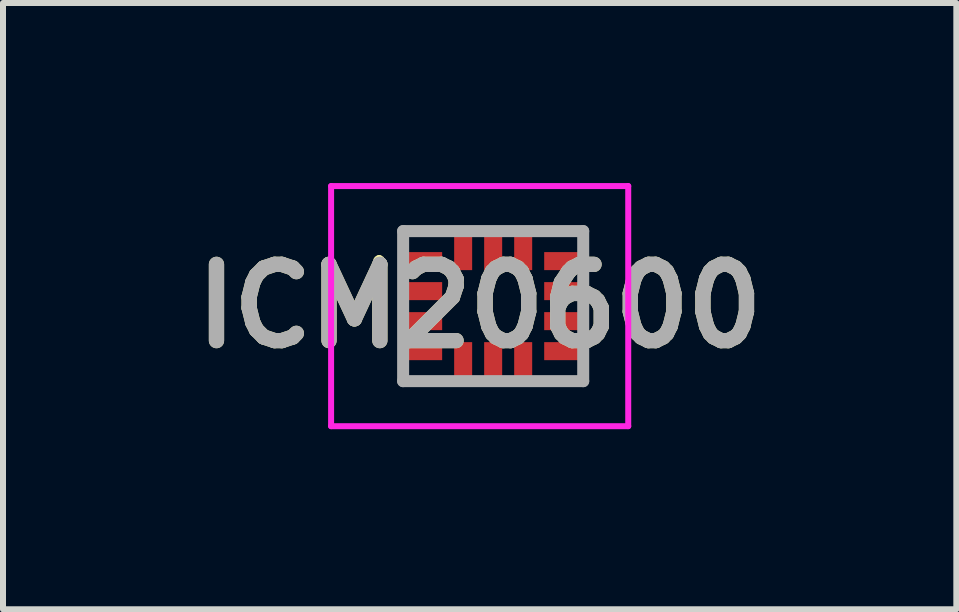
<source format=kicad_pcb>
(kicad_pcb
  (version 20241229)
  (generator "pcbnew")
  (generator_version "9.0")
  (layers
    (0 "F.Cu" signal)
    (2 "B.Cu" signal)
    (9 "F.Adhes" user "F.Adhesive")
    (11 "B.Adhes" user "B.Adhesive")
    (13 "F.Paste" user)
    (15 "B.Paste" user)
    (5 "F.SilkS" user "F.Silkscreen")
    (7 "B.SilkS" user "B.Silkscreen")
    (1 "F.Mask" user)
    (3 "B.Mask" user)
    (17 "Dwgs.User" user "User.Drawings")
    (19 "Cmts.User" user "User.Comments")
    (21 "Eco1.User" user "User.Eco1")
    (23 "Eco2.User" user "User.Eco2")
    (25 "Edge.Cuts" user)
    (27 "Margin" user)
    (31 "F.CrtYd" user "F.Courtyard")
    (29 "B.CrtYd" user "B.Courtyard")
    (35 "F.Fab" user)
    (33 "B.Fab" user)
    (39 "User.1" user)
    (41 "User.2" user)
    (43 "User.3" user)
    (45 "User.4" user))
  (footprint "ICM20600"
    (layer "F.Cu")
    (at 5.166 2.05)
    (property "Reference" "ICM20600" (at -0.225 0 0) (layer "F.SilkS") (effects (font (size 1.27 1.27) (thickness 0.254))))
    (attr smd)
    (fp_line (start -1.9 -0.8) (end -1.9 -0.8) (stroke (width 0.1) (type solid)) (layer "F.SilkS"))
    (fp_line (start -1.9 -0.7) (end -1.9 -0.7) (stroke (width 0.1) (type solid)) (layer "F.SilkS"))
    (fp_line (start -1.5 -1.25) (end -0.8 -1.25) (stroke (width 0.1) (type solid)) (layer "F.SilkS"))
    (fp_line (start -1.5 -1) (end -1.5 -1.25) (stroke (width 0.1) (type solid)) (layer "F.SilkS"))
    (fp_line (start -1.5 1.1) (end -1.5 1.25) (stroke (width 0.1) (type solid)) (layer "F.SilkS"))
    (fp_line (start -1.5 1.25) (end -0.8 1.25) (stroke (width 0.1) (type solid)) (layer "F.SilkS"))
    (fp_line (start 0.8 -1.25) (end 1.5 -1.25) (stroke (width 0.1) (type solid)) (layer "F.SilkS"))
    (fp_line (start 0.8 1.25) (end 1.5 1.25) (stroke (width 0.1) (type solid)) (layer "F.SilkS"))
    (fp_line (start 1.5 -1.25) (end 1.5 -1) (stroke (width 0.1) (type solid)) (layer "F.SilkS"))
    (fp_line (start 1.5 1.25) (end 1.5 1) (stroke (width 0.1) (type solid)) (layer "F.SilkS"))
    (fp_arc (start -1.9 -0.8) (mid -1.85 -0.75) (end -1.9 -0.7) (stroke (width 0.1) (type solid)) (layer "F.SilkS"))
    (fp_arc (start -1.9 -0.7) (mid -1.95 -0.75) (end -1.9 -0.8) (stroke (width 0.1) (type solid)) (layer "F.SilkS"))
    (fp_line (start -2.7 -2) (end 2.25 -2) (stroke (width 0.1) (type solid)) (layer "F.CrtYd"))
    (fp_line (start -2.7 2) (end -2.7 -2) (stroke (width 0.1) (type solid)) (layer "F.CrtYd"))
    (fp_line (start 2.25 -2) (end 2.25 2) (stroke (width 0.1) (type solid)) (layer "F.CrtYd"))
    (fp_line (start 2.25 2) (end -2.7 2) (stroke (width 0.1) (type solid)) (layer "F.CrtYd"))
    (fp_line (start -1.5 -1.25) (end 1.5 -1.25) (stroke (width 0.2) (type solid)) (layer "F.Fab"))
    (fp_line (start -1.5 1.25) (end -1.5 -1.25) (stroke (width 0.2) (type solid)) (layer "F.Fab"))
    (fp_line (start 1.5 -1.25) (end 1.5 1.25) (stroke (width 0.2) (type solid)) (layer "F.Fab"))
    (fp_line (start 1.5 1.25) (end -1.5 1.25) (stroke (width 0.2) (type solid)) (layer "F.Fab"))
    (fp_text user "${REFERENCE}" (at -0.225 0 0) (layer "F.Fab") (effects (font (size 1.27 1.27) (thickness 0.254))))
    (pad "1" smd rect (at -1.15 -0.75 90) (size 0.3 0.6) (layers "F.Cu" "F.Mask" "F.Paste"))
    (pad "2" smd rect (at -1.15 -0.25 90) (size 0.3 0.6) (layers "F.Cu" "F.Mask" "F.Paste"))
    (pad "3" smd rect (at -1.15 0.25 90) (size 0.3 0.6) (layers "F.Cu" "F.Mask" "F.Paste"))
    (pad "4" smd rect (at -1.15 0.75 90) (size 0.3 0.6) (layers "F.Cu" "F.Mask" "F.Paste"))
    (pad "5" smd rect (at -0.5 0.9) (size 0.3 0.6) (layers "F.Cu" "F.Mask" "F.Paste"))
    (pad "6" smd rect (at 0 0.9) (size 0.3 0.6) (layers "F.Cu" "F.Mask" "F.Paste"))
    (pad "7" smd rect (at 0.5 0.9) (size 0.3 0.6) (layers "F.Cu" "F.Mask" "F.Paste"))
    (pad "8" smd rect (at 1.15 0.75 90) (size 0.3 0.6) (layers "F.Cu" "F.Mask" "F.Paste"))
    (pad "9" smd rect (at 1.15 0.25 90) (size 0.3 0.6) (layers "F.Cu" "F.Mask" "F.Paste"))
    (pad "10" smd rect (at 1.15 -0.25 90) (size 0.3 0.6) (layers "F.Cu" "F.Mask" "F.Paste"))
    (pad "11" smd rect (at 1.15 -0.75 90) (size 0.3 0.6) (layers "F.Cu" "F.Mask" "F.Paste"))
    (pad "12" smd rect (at 0.5 -0.9) (size 0.3 0.6) (layers "F.Cu" "F.Mask" "F.Paste"))
    (pad "13" smd rect (at 0 -0.9) (size 0.3 0.6) (layers "F.Cu" "F.Mask" "F.Paste"))
    (pad "14" smd rect (at -0.5 -0.9) (size 0.3 0.6) (layers "F.Cu" "F.Mask" "F.Paste")))
  (gr_rect
    (start -3 -3)
    (end 12.882 7.1)
    (stroke (width 0.1) (type default))
    (fill no)
    (layer "Edge.Cuts")))
</source>
